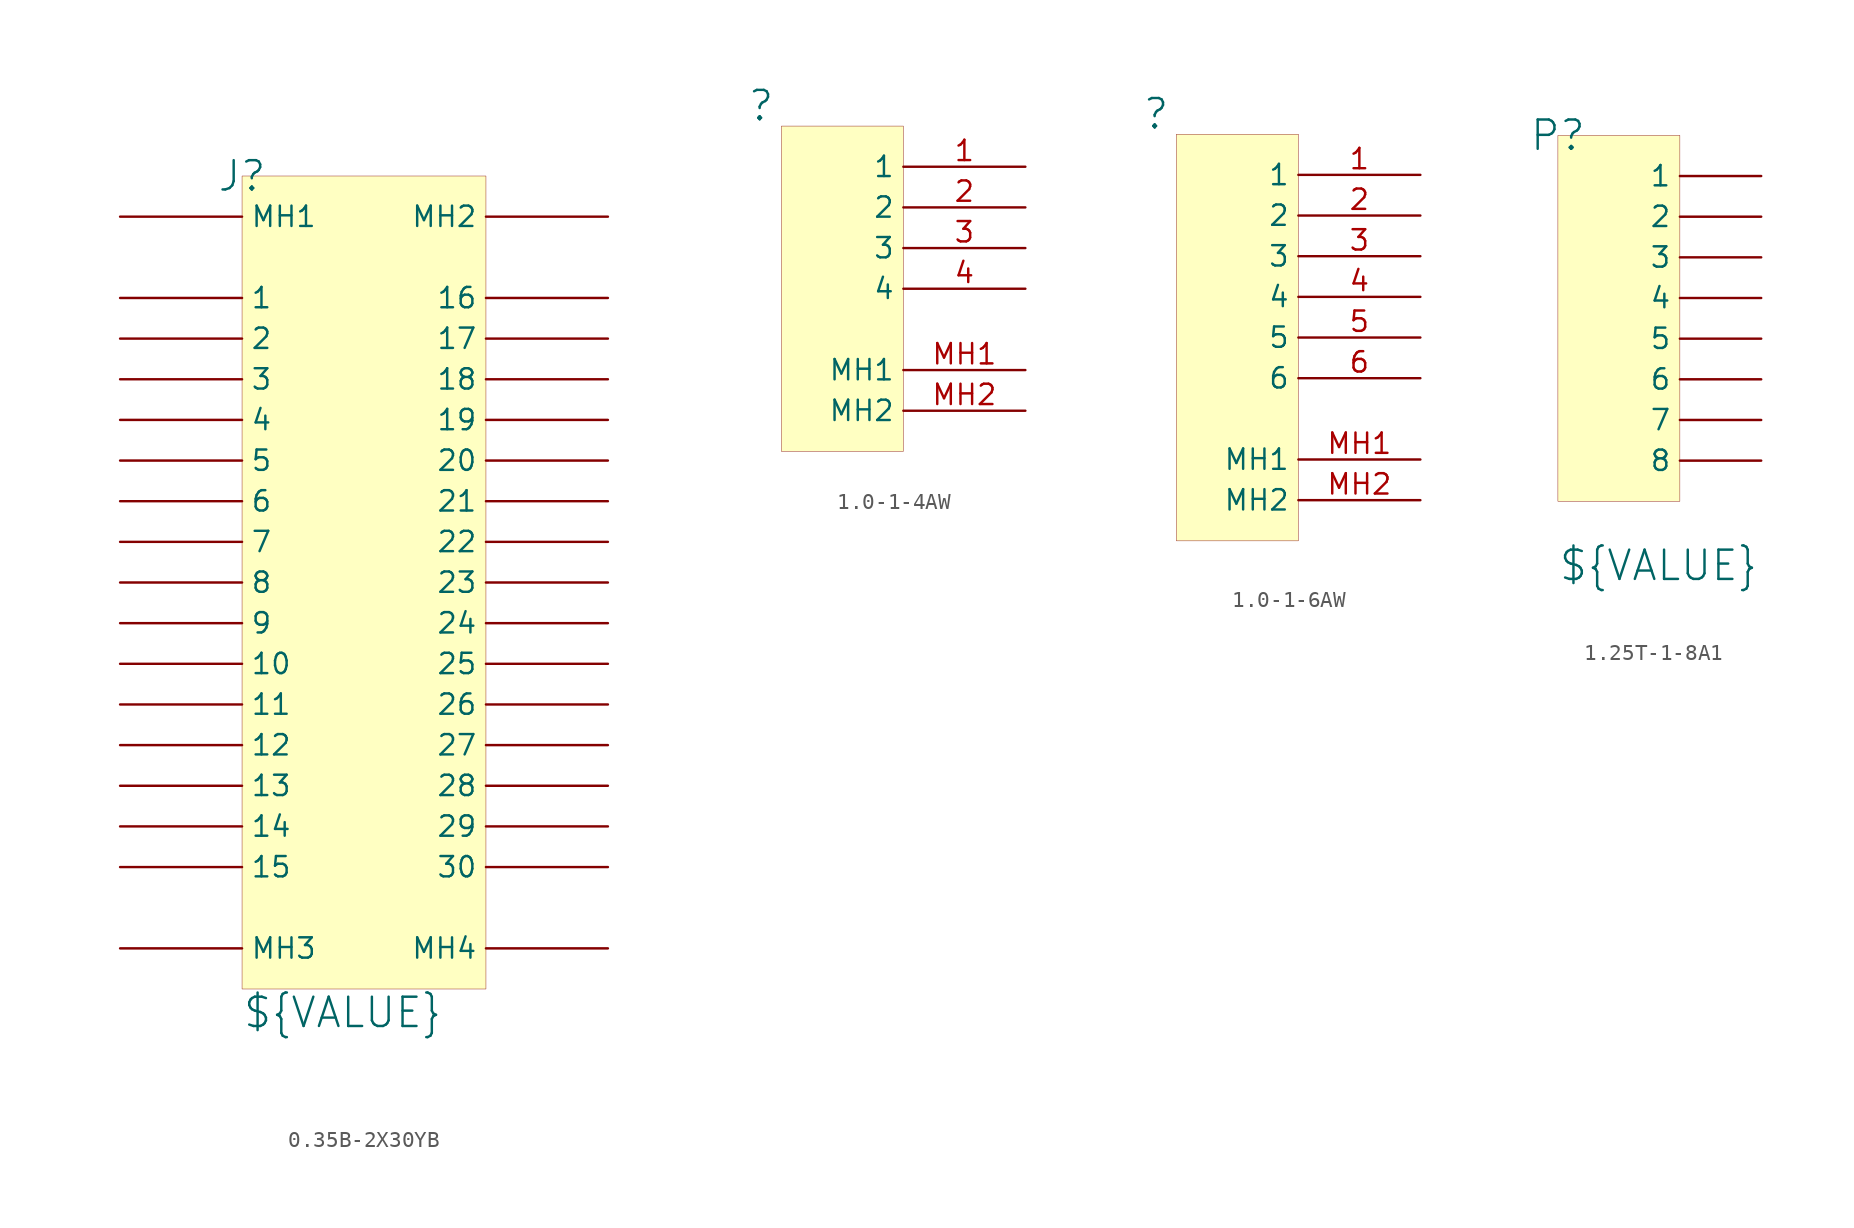
<source format=kicad_sym>
(kicad_symbol_lib
  (version 20241209)
  (generator "kicad_symbol_editor")
  (generator_version "9.0")
  (symbol "0.35B-2X30YB"
    (pin_numbers
      (hide yes))
    (property "Reference" "J"
      (at 0 0 0)
      (effects (font (size 1.829 1.829))))
    (property "Value" "${VALUE}"
      (at 0 -53.34 0)
      (effects (font (size 1.829 1.829)) (justify left bottom)))
    (symbol "0.35B-2X30YB_1_0"
      (rectangle (start 15.24 0) (end 0 -50.8) (stroke (width 0.025) (type solid) (color 128 0 0 1)) (fill (type background)))
      (pin passive line (at -7.62 -2.54 0) (length 7.62) (name "MH1" (effects (font (size 1.27 1.27)))) (number "MH1" (effects (font (size 1.27 1.27)))))
      (pin passive line (at -7.62 -7.62 0) (length 7.62) (name "1" (effects (font (size 1.27 1.27)))) (number "1" (effects (font (size 1.27 1.27)))))
      (pin passive line (at -7.62 -10.16 0) (length 7.62) (name "2" (effects (font (size 1.27 1.27)))) (number "2" (effects (font (size 1.27 1.27)))))
      (pin passive line (at -7.62 -12.7 0) (length 7.62) (name "3" (effects (font (size 1.27 1.27)))) (number "3" (effects (font (size 1.27 1.27)))))
      (pin passive line (at -7.62 -15.24 0) (length 7.62) (name "4" (effects (font (size 1.27 1.27)))) (number "4" (effects (font (size 1.27 1.27)))))
      (pin passive line (at -7.62 -17.78 0) (length 7.62) (name "5" (effects (font (size 1.27 1.27)))) (number "5" (effects (font (size 1.27 1.27)))))
      (pin passive line (at -7.62 -20.32 0) (length 7.62) (name "6" (effects (font (size 1.27 1.27)))) (number "6" (effects (font (size 1.27 1.27)))))
      (pin passive line (at -7.62 -22.86 0) (length 7.62) (name "7" (effects (font (size 1.27 1.27)))) (number "7" (effects (font (size 1.27 1.27)))))
      (pin passive line (at -7.62 -25.4 0) (length 7.62) (name "8" (effects (font (size 1.27 1.27)))) (number "8" (effects (font (size 1.27 1.27)))))
      (pin passive line (at -7.62 -27.94 0) (length 7.62) (name "9" (effects (font (size 1.27 1.27)))) (number "9" (effects (font (size 1.27 1.27)))))
      (pin passive line (at -7.62 -30.48 0) (length 7.62) (name "10" (effects (font (size 1.27 1.27)))) (number "10" (effects (font (size 1.27 1.27)))))
      (pin passive line (at -7.62 -33.02 0) (length 7.62) (name "11" (effects (font (size 1.27 1.27)))) (number "11" (effects (font (size 1.27 1.27)))))
      (pin passive line (at -7.62 -35.56 0) (length 7.62) (name "12" (effects (font (size 1.27 1.27)))) (number "12" (effects (font (size 1.27 1.27)))))
      (pin passive line (at -7.62 -38.1 0) (length 7.62) (name "13" (effects (font (size 1.27 1.27)))) (number "13" (effects (font (size 1.27 1.27)))))
      (pin passive line (at -7.62 -40.64 0) (length 7.62) (name "14" (effects (font (size 1.27 1.27)))) (number "14" (effects (font (size 1.27 1.27)))))
      (pin passive line (at -7.62 -43.18 0) (length 7.62) (name "15" (effects (font (size 1.27 1.27)))) (number "15" (effects (font (size 1.27 1.27)))))
      (pin passive line (at -7.62 -48.26 0) (length 7.62) (name "MH3" (effects (font (size 1.27 1.27)))) (number "MH3" (effects (font (size 1.27 1.27)))))
      (pin passive line (at 22.86 -2.54 180) (length 7.62) (name "MH2" (effects (font (size 1.27 1.27)))) (number "MH2" (effects (font (size 1.27 1.27)))))
      (pin passive line (at 22.86 -7.62 180) (length 7.62) (name "16" (effects (font (size 1.27 1.27)))) (number "16" (effects (font (size 1.27 1.27)))))
      (pin passive line (at 22.86 -10.16 180) (length 7.62) (name "17" (effects (font (size 1.27 1.27)))) (number "17" (effects (font (size 1.27 1.27)))))
      (pin passive line (at 22.86 -12.7 180) (length 7.62) (name "18" (effects (font (size 1.27 1.27)))) (number "18" (effects (font (size 1.27 1.27)))))
      (pin passive line (at 22.86 -15.24 180) (length 7.62) (name "19" (effects (font (size 1.27 1.27)))) (number "19" (effects (font (size 1.27 1.27)))))
      (pin passive line (at 22.86 -17.78 180) (length 7.62) (name "20" (effects (font (size 1.27 1.27)))) (number "20" (effects (font (size 1.27 1.27)))))
      (pin passive line (at 22.86 -20.32 180) (length 7.62) (name "21" (effects (font (size 1.27 1.27)))) (number "21" (effects (font (size 1.27 1.27)))))
      (pin passive line (at 22.86 -22.86 180) (length 7.62) (name "22" (effects (font (size 1.27 1.27)))) (number "22" (effects (font (size 1.27 1.27)))))
      (pin passive line (at 22.86 -25.4 180) (length 7.62) (name "23" (effects (font (size 1.27 1.27)))) (number "23" (effects (font (size 1.27 1.27)))))
      (pin passive line (at 22.86 -27.94 180) (length 7.62) (name "24" (effects (font (size 1.27 1.27)))) (number "24" (effects (font (size 1.27 1.27)))))
      (pin passive line (at 22.86 -30.48 180) (length 7.62) (name "25" (effects (font (size 1.27 1.27)))) (number "25" (effects (font (size 1.27 1.27)))))
      (pin passive line (at 22.86 -33.02 180) (length 7.62) (name "26" (effects (font (size 1.27 1.27)))) (number "26" (effects (font (size 1.27 1.27)))))
      (pin passive line (at 22.86 -35.56 180) (length 7.62) (name "27" (effects (font (size 1.27 1.27)))) (number "27" (effects (font (size 1.27 1.27)))))
      (pin passive line (at 22.86 -38.1 180) (length 7.62) (name "28" (effects (font (size 1.27 1.27)))) (number "28" (effects (font (size 1.27 1.27)))))
      (pin passive line (at 22.86 -40.64 180) (length 7.62) (name "29" (effects (font (size 1.27 1.27)))) (number "29" (effects (font (size 1.27 1.27)))))
      (pin passive line (at 22.86 -43.18 180) (length 7.62) (name "30" (effects (font (size 1.27 1.27)))) (number "30" (effects (font (size 1.27 1.27)))))
      (pin passive line (at 22.86 -48.26 180) (length 7.62) (name "MH4" (effects (font (size 1.27 1.27)))) (number "MH4" (effects (font (size 1.27 1.27)))))))
  (symbol "1.0-1-4AW"
    (property "Reference" ""
      (at -1.27 1.27 0)
      (effects (font (size 1.829 1.829))))
    (property "Value" "${VALUE}"
      (at -1.27 -3.81 0)
      (effects (font (size 1.829 1.829)) (justify left bottom) (hide yes)))
    (symbol "1.0-1-4AW_1_0"
      (rectangle (start 7.62 0) (end 0 -20.32) (stroke (width 0.025) (type solid) (color 128 0 0 1)) (fill (type background)))
      (pin passive line (at 15.24 -2.54 180) (length 7.62) (name "1" (effects (font (size 1.27 1.27)))) (number "1" (effects (font (size 1.27 1.27)))))
      (pin passive line (at 15.24 -5.08 180) (length 7.62) (name "2" (effects (font (size 1.27 1.27)))) (number "2" (effects (font (size 1.27 1.27)))))
      (pin passive line (at 15.24 -7.62 180) (length 7.62) (name "3" (effects (font (size 1.27 1.27)))) (number "3" (effects (font (size 1.27 1.27)))))
      (pin passive line (at 15.24 -10.16 180) (length 7.62) (name "4" (effects (font (size 1.27 1.27)))) (number "4" (effects (font (size 1.27 1.27)))))
      (pin passive line (at 15.24 -15.24 180) (length 7.62) (name "MH1" (effects (font (size 1.27 1.27)))) (number "MH1" (effects (font (size 1.27 1.27)))))
      (pin passive line (at 15.24 -17.78 180) (length 7.62) (name "MH2" (effects (font (size 1.27 1.27)))) (number "MH2" (effects (font (size 1.27 1.27)))))))
  (symbol "1.0-1-6AW"
    (property "Reference" ""
      (at -1.27 1.27 0)
      (effects (font (size 1.829 1.829))))
    (property "Value" "${VALUE}"
      (at -1.27 -3.81 0)
      (effects (font (size 1.829 1.829)) (justify left bottom) (hide yes)))
    (symbol "1.0-1-6AW_1_0"
      (rectangle (start 7.62 0) (end 0 -25.4) (stroke (width 0.025) (type solid) (color 128 0 0 1)) (fill (type background)))
      (pin passive line (at 15.24 -2.54 180) (length 7.62) (name "1" (effects (font (size 1.27 1.27)))) (number "1" (effects (font (size 1.27 1.27)))))
      (pin passive line (at 15.24 -5.08 180) (length 7.62) (name "2" (effects (font (size 1.27 1.27)))) (number "2" (effects (font (size 1.27 1.27)))))
      (pin passive line (at 15.24 -7.62 180) (length 7.62) (name "3" (effects (font (size 1.27 1.27)))) (number "3" (effects (font (size 1.27 1.27)))))
      (pin passive line (at 15.24 -10.16 180) (length 7.62) (name "4" (effects (font (size 1.27 1.27)))) (number "4" (effects (font (size 1.27 1.27)))))
      (pin passive line (at 15.24 -12.7 180) (length 7.62) (name "5" (effects (font (size 1.27 1.27)))) (number "5" (effects (font (size 1.27 1.27)))))
      (pin passive line (at 15.24 -15.24 180) (length 7.62) (name "6" (effects (font (size 1.27 1.27)))) (number "6" (effects (font (size 1.27 1.27)))))
      (pin passive line (at 15.24 -20.32 180) (length 7.62) (name "MH1" (effects (font (size 1.27 1.27)))) (number "MH1" (effects (font (size 1.27 1.27)))))
      (pin passive line (at 15.24 -22.86 180) (length 7.62) (name "MH2" (effects (font (size 1.27 1.27)))) (number "MH2" (effects (font (size 1.27 1.27)))))))
  (symbol "1.25T-1-8A1"
    (pin_numbers
      (hide yes))
    (property "Reference" "P"
      (at 0 22.86 0)
      (effects (font (size 1.829 1.829))))
    (property "Value" "${VALUE}"
      (at 0 -5.08 0)
      (effects (font (size 1.829 1.829)) (justify left bottom)))
    (symbol "1.25T-1-8A1_1_0"
      (rectangle (start 7.62 22.86) (end 0 0) (stroke (width 0.025) (type solid) (color 128 0 0 1)) (fill (type background)))
      (pin passive line (at 12.7 20.32 180) (length 5.08) (name "1" (effects (font (size 1.27 1.27)))) (number "1" (effects (font (size 1.27 1.27)))))
      (pin passive line (at 12.7 17.78 180) (length 5.08) (name "2" (effects (font (size 1.27 1.27)))) (number "2" (effects (font (size 1.27 1.27)))))
      (pin passive line (at 12.7 15.24 180) (length 5.08) (name "3" (effects (font (size 1.27 1.27)))) (number "3" (effects (font (size 1.27 1.27)))))
      (pin passive line (at 12.7 12.7 180) (length 5.08) (name "4" (effects (font (size 1.27 1.27)))) (number "4" (effects (font (size 1.27 1.27)))))
      (pin passive line (at 12.7 10.16 180) (length 5.08) (name "5" (effects (font (size 1.27 1.27)))) (number "5" (effects (font (size 1.27 1.27)))))
      (pin passive line (at 12.7 7.62 180) (length 5.08) (name "6" (effects (font (size 1.27 1.27)))) (number "6" (effects (font (size 1.27 1.27)))))
      (pin passive line (at 12.7 5.08 180) (length 5.08) (name "7" (effects (font (size 1.27 1.27)))) (number "7" (effects (font (size 1.27 1.27)))))
      (pin passive line (at 12.7 2.54 180) (length 5.08) (name "8" (effects (font (size 1.27 1.27)))) (number "8" (effects (font (size 1.27 1.27))))))))
</source>
